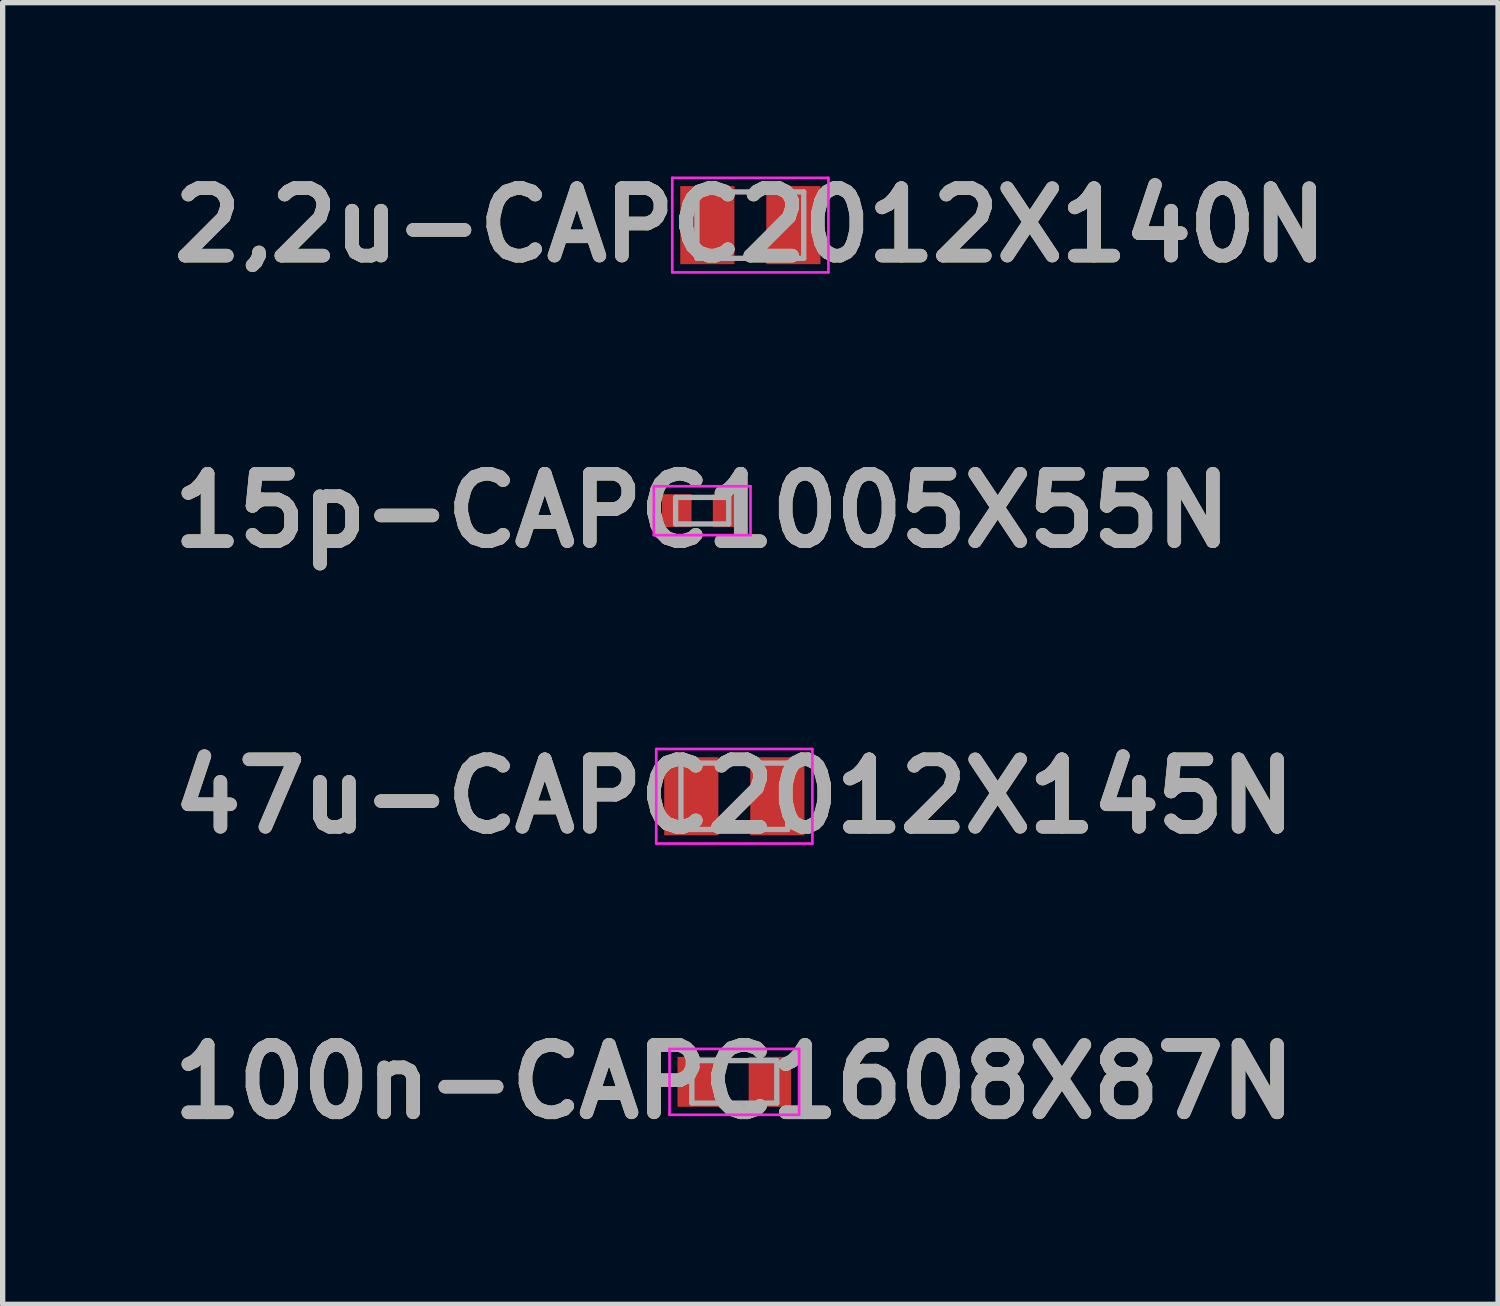
<source format=kicad_pcb>
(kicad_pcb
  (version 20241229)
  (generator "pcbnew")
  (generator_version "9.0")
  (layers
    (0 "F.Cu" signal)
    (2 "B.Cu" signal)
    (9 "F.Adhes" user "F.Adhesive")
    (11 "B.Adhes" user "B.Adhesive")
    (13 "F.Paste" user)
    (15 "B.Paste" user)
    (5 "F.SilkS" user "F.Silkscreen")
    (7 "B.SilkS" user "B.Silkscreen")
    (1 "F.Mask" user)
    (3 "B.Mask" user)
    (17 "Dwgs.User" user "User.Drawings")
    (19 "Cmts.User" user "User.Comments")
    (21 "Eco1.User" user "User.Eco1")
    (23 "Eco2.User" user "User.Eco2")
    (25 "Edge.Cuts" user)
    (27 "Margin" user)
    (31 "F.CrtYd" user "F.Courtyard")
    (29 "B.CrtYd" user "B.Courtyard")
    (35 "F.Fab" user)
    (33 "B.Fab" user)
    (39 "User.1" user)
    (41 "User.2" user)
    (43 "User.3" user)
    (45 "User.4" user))
  (footprint "2,2u-CAPC2012X140N"
    (layer "F.Cu")
    (at 11.079 1.189)
    (property "Reference" "2,2u-CAPC2012X140N" (at 0 0 0) (layer "F.SilkS") (effects (font (size 1.27 1.27) (thickness 0.254))))
    (attr smd)
    (fp_line (start -1.47 -0.89) (end 1.47 -0.89) (stroke (width 0.05) (type solid)) (layer "F.CrtYd"))
    (fp_line (start -1.47 0.89) (end -1.47 -0.89) (stroke (width 0.05) (type solid)) (layer "F.CrtYd"))
    (fp_line (start 1.47 -0.89) (end 1.47 0.89) (stroke (width 0.05) (type solid)) (layer "F.CrtYd"))
    (fp_line (start 1.47 0.89) (end -1.47 0.89) (stroke (width 0.05) (type solid)) (layer "F.CrtYd"))
    (fp_line (start -1.005 -0.625) (end 1.005 -0.625) (stroke (width 0.1) (type solid)) (layer "F.Fab"))
    (fp_line (start -1.005 0.625) (end -1.005 -0.625) (stroke (width 0.1) (type solid)) (layer "F.Fab"))
    (fp_line (start 1.005 -0.625) (end 1.005 0.625) (stroke (width 0.1) (type solid)) (layer "F.Fab"))
    (fp_line (start 1.005 0.625) (end -1.005 0.625) (stroke (width 0.1) (type solid)) (layer "F.Fab"))
    (fp_text user "${REFERENCE}" (at 0 0 0) (layer "F.Fab") (effects (font (size 1.27 1.27) (thickness 0.254))))
    (pad "1" smd rect (at -0.81 0) (size 1.02 1.47) (layers "F.Cu" "F.Mask" "F.Paste"))
    (pad "2" smd rect (at 0.81 0) (size 1.02 1.47) (layers "F.Cu" "F.Mask" "F.Paste")))
  (footprint "100n-CAPC1608X87N"
    (layer "F.Cu")
    (at 10.777 17.321)
    (property "Reference" "100n-CAPC1608X87N" (at 0 0 0) (layer "F.SilkS") (effects (font (size 1.27 1.27) (thickness 0.254))))
    (attr smd)
    (fp_line (start -1.22 -0.62) (end 1.22 -0.62) (stroke (width 0.05) (type solid)) (layer "F.CrtYd"))
    (fp_line (start -1.22 0.62) (end -1.22 -0.62) (stroke (width 0.05) (type solid)) (layer "F.CrtYd"))
    (fp_line (start 1.22 -0.62) (end 1.22 0.62) (stroke (width 0.05) (type solid)) (layer "F.CrtYd"))
    (fp_line (start 1.22 0.62) (end -1.22 0.62) (stroke (width 0.05) (type solid)) (layer "F.CrtYd"))
    (fp_line (start -0.8 -0.4) (end 0.8 -0.4) (stroke (width 0.1) (type solid)) (layer "F.Fab"))
    (fp_line (start -0.8 0.4) (end -0.8 -0.4) (stroke (width 0.1) (type solid)) (layer "F.Fab"))
    (fp_line (start 0.8 -0.4) (end 0.8 0.4) (stroke (width 0.1) (type solid)) (layer "F.Fab"))
    (fp_line (start 0.8 0.4) (end -0.8 0.4) (stroke (width 0.1) (type solid)) (layer "F.Fab"))
    (fp_text user "${REFERENCE}" (at 0 0 0) (layer "F.Fab") (effects (font (size 1.27 1.27) (thickness 0.254))))
    (pad "1" smd rect (at -0.67 0) (size 0.8 0.94) (layers "F.Cu" "F.Mask" "F.Paste"))
    (pad "2" smd rect (at 0.67 0) (size 0.8 0.94) (layers "F.Cu" "F.Mask" "F.Paste")))
  (footprint "15p-CAPC1005X55N"
    (layer "F.Cu")
    (at 10.172 6.566)
    (property "Reference" "15p-CAPC1005X55N" (at 0 0 0) (layer "F.SilkS") (effects (font (size 1.27 1.27) (thickness 0.254))))
    (attr smd)
    (fp_line (start -0.91 -0.46) (end 0.91 -0.46) (stroke (width 0.05) (type solid)) (layer "F.CrtYd"))
    (fp_line (start -0.91 0.46) (end -0.91 -0.46) (stroke (width 0.05) (type solid)) (layer "F.CrtYd"))
    (fp_line (start 0.91 -0.46) (end 0.91 0.46) (stroke (width 0.05) (type solid)) (layer "F.CrtYd"))
    (fp_line (start 0.91 0.46) (end -0.91 0.46) (stroke (width 0.05) (type solid)) (layer "F.CrtYd"))
    (fp_line (start -0.5 -0.25) (end 0.5 -0.25) (stroke (width 0.1) (type solid)) (layer "F.Fab"))
    (fp_line (start -0.5 0.25) (end -0.5 -0.25) (stroke (width 0.1) (type solid)) (layer "F.Fab"))
    (fp_line (start 0.5 -0.25) (end 0.5 0.25) (stroke (width 0.1) (type solid)) (layer "F.Fab"))
    (fp_line (start 0.5 0.25) (end -0.5 0.25) (stroke (width 0.1) (type solid)) (layer "F.Fab"))
    (fp_text user "${REFERENCE}" (at 0 0 0) (layer "F.Fab") (effects (font (size 1.27 1.27) (thickness 0.254))))
    (pad "1" smd rect (at -0.48 0) (size 0.56 0.62) (layers "F.Cu" "F.Mask" "F.Paste"))
    (pad "2" smd rect (at 0.48 0) (size 0.56 0.62) (layers "F.Cu" "F.Mask" "F.Paste")))
  (footprint "47u-CAPC2012X145N"
    (layer "F.Cu")
    (at 10.777 11.944)
    (property "Reference" "47u-CAPC2012X145N" (at 0 0 0) (layer "F.SilkS") (effects (font (size 1.27 1.27) (thickness 0.254))))
    (attr smd)
    (fp_line (start -1.47 -0.89) (end 1.47 -0.89) (stroke (width 0.05) (type solid)) (layer "F.CrtYd"))
    (fp_line (start -1.47 0.89) (end -1.47 -0.89) (stroke (width 0.05) (type solid)) (layer "F.CrtYd"))
    (fp_line (start 1.47 -0.89) (end 1.47 0.89) (stroke (width 0.05) (type solid)) (layer "F.CrtYd"))
    (fp_line (start 1.47 0.89) (end -1.47 0.89) (stroke (width 0.05) (type solid)) (layer "F.CrtYd"))
    (fp_line (start -1.005 -0.625) (end 1.005 -0.625) (stroke (width 0.1) (type solid)) (layer "F.Fab"))
    (fp_line (start -1.005 0.625) (end -1.005 -0.625) (stroke (width 0.1) (type solid)) (layer "F.Fab"))
    (fp_line (start 1.005 -0.625) (end 1.005 0.625) (stroke (width 0.1) (type solid)) (layer "F.Fab"))
    (fp_line (start 1.005 0.625) (end -1.005 0.625) (stroke (width 0.1) (type solid)) (layer "F.Fab"))
    (fp_text user "${REFERENCE}" (at 0 0 0) (layer "F.Fab") (effects (font (size 1.27 1.27) (thickness 0.254))))
    (pad "1" smd rect (at -0.81 0) (size 1.02 1.47) (layers "F.Cu" "F.Mask" "F.Paste"))
    (pad "2" smd rect (at 0.81 0) (size 1.02 1.47) (layers "F.Cu" "F.Mask" "F.Paste")))
  (gr_rect
    (start -3 -3)
    (end 25.158 21.51)
    (stroke (width 0.1) (type default))
    (fill no)
    (layer "Edge.Cuts")))
</source>
